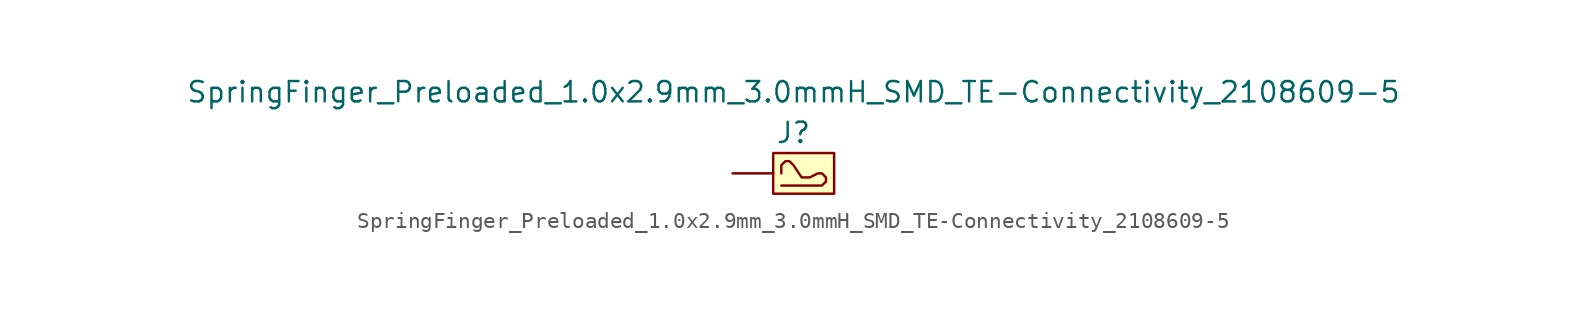
<source format=kicad_sym>
(kicad_symbol_lib
  (version 20241209)
  (generator "kicad_symbol_editor")
  (generator_version "9.0")
  (symbol "SpringFinger_Preloaded_1.0x2.9mm_3.0mmH_SMD_TE-Connectivity_2108609-5"
    (pin_numbers
      (hide yes))
    (pin_names
      (offset 1.27)
      (hide yes))
    (property "Reference" "J"
      (at 0 2.54 0)
      (effects (font (size 1.27 1.27))))
    (property "Value" "SpringFinger_Preloaded_1.0x2.9mm_3.0mmH_SMD_TE-Connectivity_2108609-5"
      (at 0 5.08 0)
      (effects (font (size 1.27 1.27))))
    (symbol "SpringFinger_Preloaded_1.0x2.9mm_3.0mmH_SMD_TE-Connectivity_2108609-5_0_0"
      (pin passive line (at -3.81 0 0) (length 2.54) (name "~" (effects (font (size 1.27 1.27)))) (number "1" (effects (font (size 1.27 1.27))))))
    (symbol "SpringFinger_Preloaded_1.0x2.9mm_3.0mmH_SMD_TE-Connectivity_2108609-5_0_1"
      (rectangle (start -1.27 -1.27) (end 2.54 1.27) (stroke (width 0) (type default)) (fill (type background)))
      (polyline (pts (xy -0.762 -0.762) (xy 1.778 -0.762) (xy 2.032 -0.508) (xy 2.032 -0.254) (xy 1.778 0) (xy 1.524 0) (xy 1.016 -0.254) (xy 0.508 -0.254) (xy 0 0.508) (xy -0.254 0.762) (xy -0.508 0.762) (xy -0.762 0.508) (xy -0.762 0)) (stroke (width 0) (type default)) (fill (type none))))))
</source>
